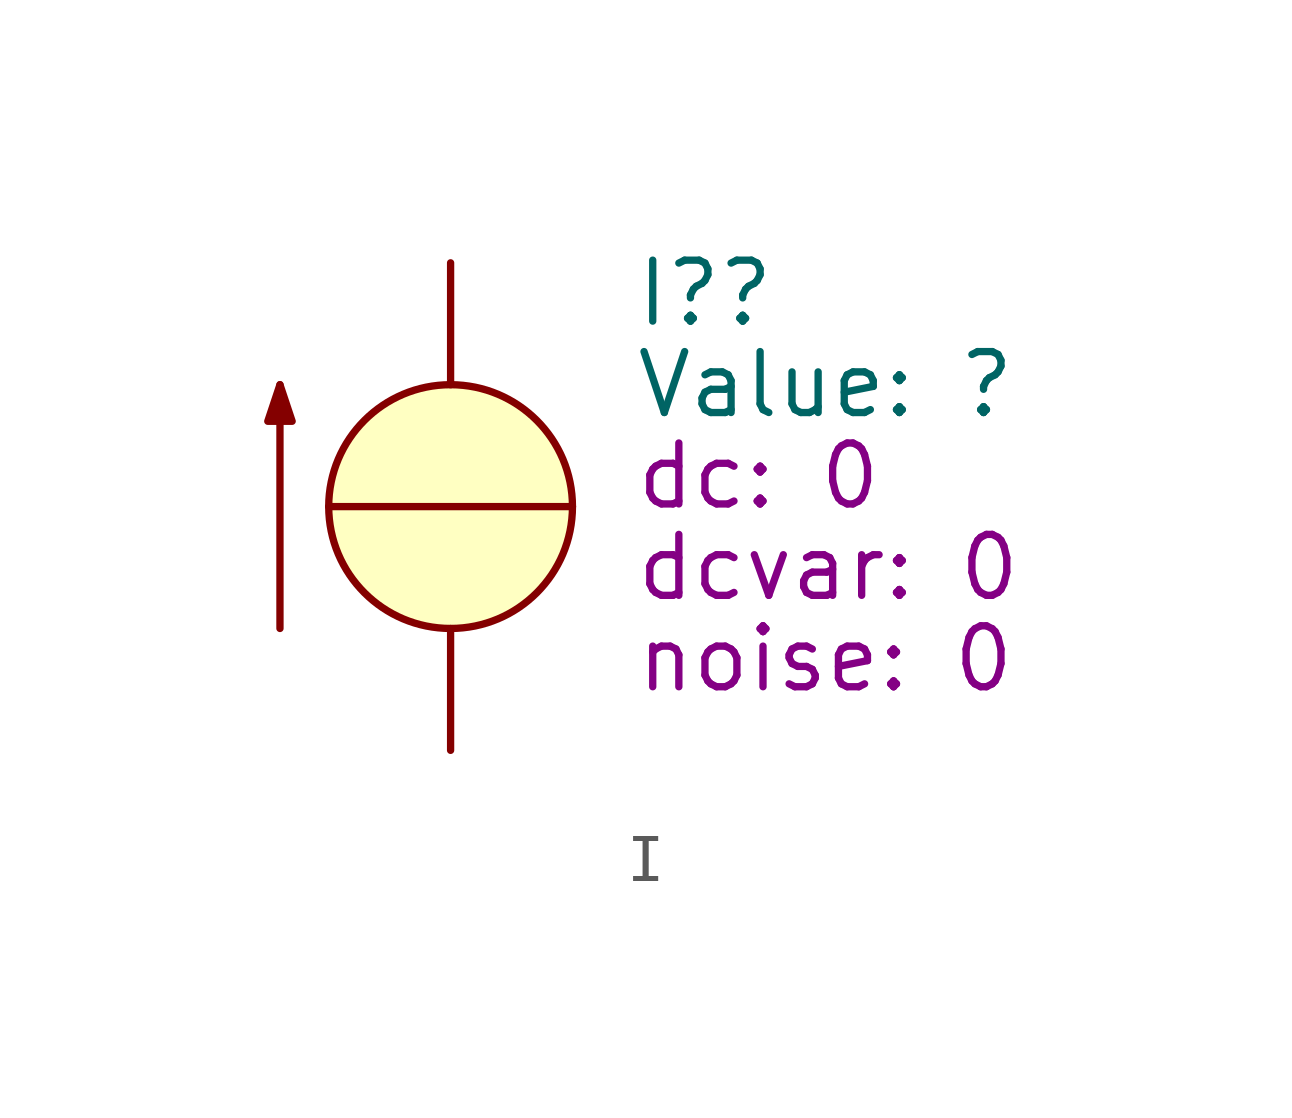
<source format=kicad_sym>
(kicad_symbol_lib
  (version 20241209)
  (generator "kicad_symbol_editor")
  (generator_version "9.0")
  (symbol "I"
    (pin_numbers
      (hide yes))
    (pin_names
      (offset 0)
      (hide yes))
    (property "Reference" "I?"
      (at 3.81 4.445 0)
      (effects (font (size 1.27 1.27)) (justify left)))
    (property "Value" "?"
      (at 3.81 2.54 0)
      (show_name)
      (effects (font (size 1.27 1.27)) (justify left)))
    (property "noise" "0"
      (at 3.81 -3.175 0)
      (show_name)
      (effects (font (size 1.27 1.27)) (justify left)))
    (property "dc" "0"
      (at 3.81 0.635 0)
      (show_name)
      (effects (font (size 1.27 1.27)) (justify left)))
    (property "dcvar" "0"
      (at 3.81 -1.27 0)
      (show_name)
      (effects (font (size 1.27 1.27)) (justify left)))
    (symbol "I_0_1"
      (polyline (pts (xy -3.556 2.54) (xy -3.556 -2.54)) (stroke (width 0) (type solid)) (fill (type none)))
      (polyline (pts (xy -3.556 2.54) (xy -3.81 1.778) (xy -3.302 1.778) (xy -3.556 2.54)) (stroke (width 0) (type solid)) (fill (type outline)))
      (polyline (pts (xy -2.54 0) (xy 2.54 0)) (stroke (width 0) (type solid)) (fill (type none))))
    (symbol "I_1_0"
      (circle (center 0 0) (radius 2.54) (stroke (width 0) (type solid)) (fill (type background)))
      (pin power_out line (at 0 5.08 270) (length 2.54) (name "p" (effects (font (size 1.27 1.27)))) (number "2" (effects (font (size 1.27 1.27)))))
      (pin power_out line (at 0 -5.08 90) (length 2.54) (name "n" (effects (font (size 1.27 1.27)))) (number "1" (effects (font (size 1.27 1.27))))))))
</source>
